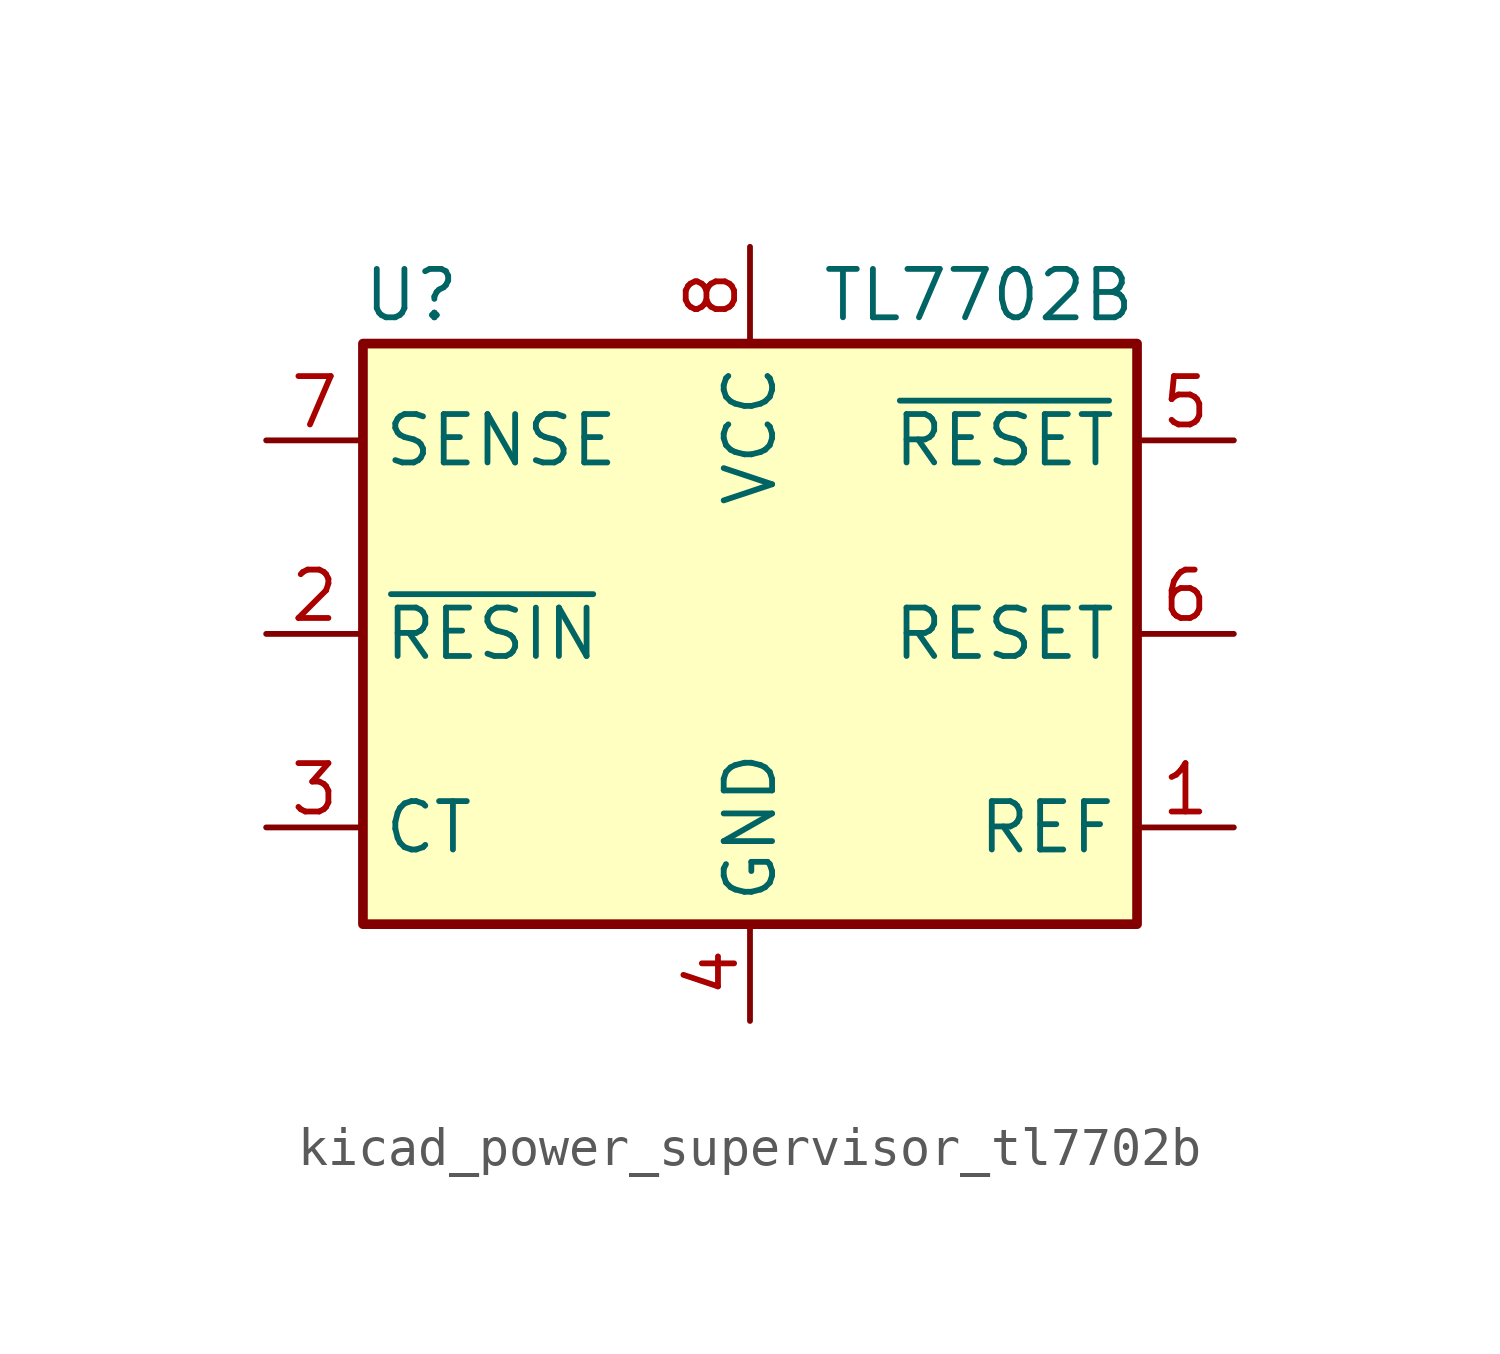
<source format=kicad_sym>
(kicad_symbol_lib
  (version 20220914)
  (generator kicad_symbol_editor)
  (symbol "kicad_power_supervisor_tl7702b"
    (property "Reference" "U"
      (at -8.89 8.89 0)
      (effects (font (size 1.27 1.27))))
    (property "Value" "TL7702B"
      (at 10.16 8.89 0)
      (effects (font (size 1.27 1.27)) (justify right)))
    (symbol "kicad_power_supervisor_tl7702b_0_1"
      (rectangle (start -10.16 7.62) (end 10.16 -7.62) (stroke (width 0.254) (type default)) (fill (type background))))
    (symbol "kicad_power_supervisor_tl7702b_1_1"
      (pin output line (at 12.7 -5.08 180) (length 2.54) (name "REF" (effects (font (size 1.27 1.27)))) (number "1" (effects (font (size 1.27 1.27)))))
      (pin input line (at -12.7 0 0) (length 2.54) (name "~{RESIN}" (effects (font (size 1.27 1.27)))) (number "2" (effects (font (size 1.27 1.27)))))
      (pin passive line (at -12.7 -5.08 0) (length 2.54) (name "CT" (effects (font (size 1.27 1.27)))) (number "3" (effects (font (size 1.27 1.27)))))
      (pin power_in line (at 0 -10.16 90) (length 2.54) (name "GND" (effects (font (size 1.27 1.27)))) (number "4" (effects (font (size 1.27 1.27)))))
      (pin open_collector line (at 12.7 5.08 180) (length 2.54) (name "~{RESET}" (effects (font (size 1.27 1.27)))) (number "5" (effects (font (size 1.27 1.27)))))
      (pin open_collector line (at 12.7 0 180) (length 2.54) (name "RESET" (effects (font (size 1.27 1.27)))) (number "6" (effects (font (size 1.27 1.27)))))
      (pin input line (at -12.7 5.08 0) (length 2.54) (name "SENSE" (effects (font (size 1.27 1.27)))) (number "7" (effects (font (size 1.27 1.27)))))
      (pin power_in line (at 0 10.16 270) (length 2.54) (name "VCC" (effects (font (size 1.27 1.27)))) (number "8" (effects (font (size 1.27 1.27))))))))
</source>
